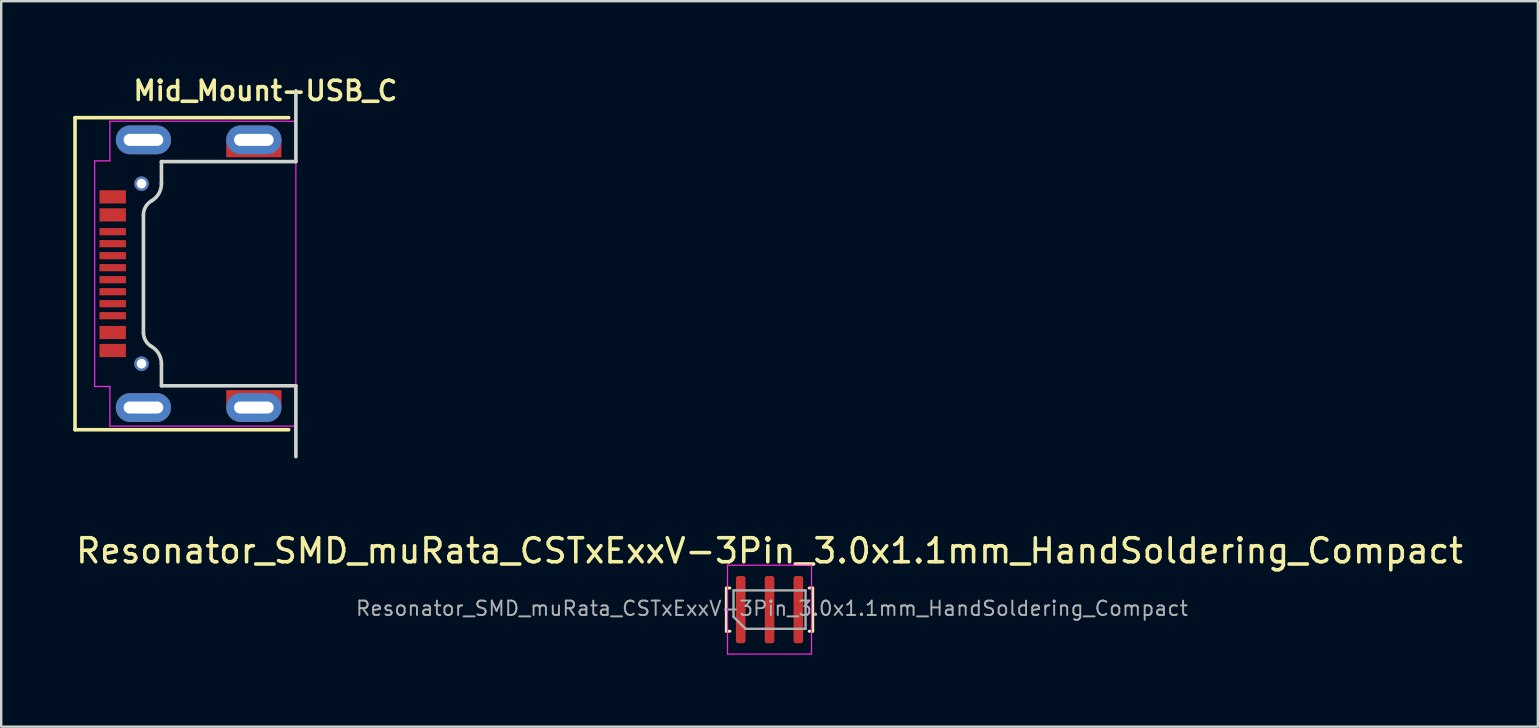
<source format=kicad_pcb>
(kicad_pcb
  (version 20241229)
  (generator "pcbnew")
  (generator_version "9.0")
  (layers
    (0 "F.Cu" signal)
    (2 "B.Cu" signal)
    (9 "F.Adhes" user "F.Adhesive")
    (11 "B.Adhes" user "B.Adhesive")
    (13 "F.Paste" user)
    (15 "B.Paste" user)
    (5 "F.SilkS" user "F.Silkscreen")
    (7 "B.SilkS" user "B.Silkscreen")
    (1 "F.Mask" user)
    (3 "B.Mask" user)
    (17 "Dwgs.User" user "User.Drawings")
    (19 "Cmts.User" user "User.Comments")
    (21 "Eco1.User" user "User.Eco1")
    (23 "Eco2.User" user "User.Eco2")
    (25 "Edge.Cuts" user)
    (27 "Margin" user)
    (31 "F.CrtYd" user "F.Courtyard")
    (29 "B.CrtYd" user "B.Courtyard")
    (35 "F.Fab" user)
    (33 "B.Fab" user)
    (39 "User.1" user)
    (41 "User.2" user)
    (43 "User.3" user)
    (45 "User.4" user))
  (footprint "Mid_Mount-USB_C"
    (layer "F.Cu")
    (at 9.275 8.351)
    (property "Reference" "Mid_Mount-USB_C" (at -1.27 -7.62 0) (layer "F.SilkS") (effects (font (size 0.8 0.8) (thickness 0.15))))
    (attr through_hole)
    (fp_line (start -9.2 -6.5) (end -9.2 6.5) (stroke (width 0.15) (type solid)) (layer "F.SilkS"))
    (fp_line (start -9.2 6.5) (end -0.3 6.5) (stroke (width 0.15) (type solid)) (layer "F.SilkS"))
    (fp_line (start -0.3 -6.5) (end -9.2 -6.5) (stroke (width 0.15) (type solid)) (layer "F.SilkS"))
    (fp_line (start -6.35 2.451) (end -6.35 -2.451) (stroke (width 0.15) (type solid)) (layer "Edge.Cuts"))
    (fp_line (start -5.6 -4.67) (end -5.6 -3.75) (stroke (width 0.15) (type solid)) (layer "Edge.Cuts"))
    (fp_line (start -5.6 -4.67) (end 0 -4.67) (stroke (width 0.15) (type solid)) (layer "Edge.Cuts"))
    (fp_line (start -5.6 4.67) (end -5.6 3.75) (stroke (width 0.15) (type solid)) (layer "Edge.Cuts"))
    (fp_line (start 0 -4.67) (end 0 -7.62) (stroke (width 0.15) (type solid)) (layer "Edge.Cuts"))
    (fp_line (start 0 4.67) (end -5.6 4.67) (stroke (width 0.15) (type solid)) (layer "Edge.Cuts"))
    (fp_line (start 0 7.62) (end 0 4.67) (stroke (width 0.15) (type solid)) (layer "Edge.Cuts"))
    (fp_arc (start -6.35 -2.450962) (mid -6.260237 -2.785962) (end -6.015 -3.031199) (stroke (width 0.15) (type solid)) (layer "Edge.Cuts"))
    (fp_arc (start -6.015 3.031199) (mid -6.260237 2.785962) (end -6.35 2.450962) (stroke (width 0.15) (type solid)) (layer "Edge.Cuts"))
    (fp_arc (start -6.015 3.031199) (mid -5.711199 3.335) (end -5.6 3.75) (stroke (width 0.15) (type solid)) (layer "Edge.Cuts"))
    (fp_arc (start -5.6 -3.75) (mid -5.711199 -3.335) (end -6.015 -3.031199) (stroke (width 0.15) (type solid)) (layer "Edge.Cuts"))
    (fp_line (start -8.382 -4.699) (end -8.382 4.699) (stroke (width 0.05) (type solid)) (layer "F.CrtYd"))
    (fp_line (start -8.382 4.699) (end -7.747 4.699) (stroke (width 0.05) (type solid)) (layer "F.CrtYd"))
    (fp_line (start -7.747 -6.35) (end -7.747 -4.699) (stroke (width 0.05) (type solid)) (layer "F.CrtYd"))
    (fp_line (start -7.747 -4.699) (end -8.382 -4.699) (stroke (width 0.05) (type solid)) (layer "F.CrtYd"))
    (fp_line (start -7.747 6.35) (end -7.747 4.699) (stroke (width 0.05) (type solid)) (layer "F.CrtYd"))
    (fp_line (start 0 -6.35) (end -7.747 -6.35) (stroke (width 0.05) (type solid)) (layer "F.CrtYd"))
    (fp_line (start 0 6.35) (end -7.747 6.35) (stroke (width 0.05) (type solid)) (layer "F.CrtYd"))
    (fp_line (start 0 6.35) (end 0 -6.35) (stroke (width 0.05) (type solid)) (layer "F.CrtYd"))
    (pad "" np_thru_hole circle (at -6.43 -3.75 90) (size 0.6 0.6) (drill 0.4) (layers "*.Cu" "*.Mask"))
    (pad "" np_thru_hole circle (at -6.43 3.75 90) (size 0.6 0.6) (drill 0.4) (layers "*.Cu" "*.Mask"))
    (pad "A1B12" smd rect (at -7.63 3.2 90) (size 0.55 1.1) (layers "F.Cu" "F.Mask" "F.Paste"))
    (pad "A4B9" smd rect (at -7.63 2.45 90) (size 0.55 1.1) (layers "F.Cu" "F.Mask" "F.Paste"))
    (pad "A5" smd rect (at -7.63 1.25 90) (size 0.3 1.1) (layers "F.Cu" "F.Mask" "F.Paste"))
    (pad "A6" smd rect (at -7.63 0.25 90) (size 0.3 1.1) (layers "F.Cu" "F.Mask" "F.Paste"))
    (pad "A7" smd rect (at -7.63 -0.25 90) (size 0.3 1.1) (layers "F.Cu" "F.Mask" "F.Paste"))
    (pad "A8" smd rect (at -7.63 -1.25 90) (size 0.3 1.1) (layers "F.Cu" "F.Mask" "F.Paste"))
    (pad "B1A12" smd rect (at -7.63 -3.2 90) (size 0.55 1.1) (layers "F.Cu" "F.Mask" "F.Paste"))
    (pad "B4A9" smd rect (at -7.63 -2.45 90) (size 0.55 1.1) (layers "F.Cu" "F.Mask" "F.Paste"))
    (pad "B5" smd rect (at -7.63 -1.75 90) (size 0.3 1.1) (layers "F.Cu" "F.Mask" "F.Paste"))
    (pad "B6" smd rect (at -7.63 -0.75 90) (size 0.3 1.1) (layers "F.Cu" "F.Mask" "F.Paste"))
    (pad "B7" smd rect (at -7.63 0.75 90) (size 0.3 1.1) (layers "F.Cu" "F.Mask" "F.Paste"))
    (pad "B8" smd rect (at -7.63 1.75 90) (size 0.3 1.1) (layers "F.Cu" "F.Mask" "F.Paste"))
    (pad "S1" thru_hole oval (at -6.35 -5.575 90) (size 1.2 2.3) (drill oval 0.5 1.65) (layers "*.Cu" "*.Mask"))
    (pad "S1" thru_hole oval (at -6.35 5.575 90) (size 1.2 2.3) (drill oval 0.5 1.65) (layers "*.Cu" "*.Mask"))
    (pad "S1" thru_hole oval (at -1.75 -5.575 90) (size 1.2 2.3) (drill oval 0.5 1.65) (layers "*.Cu" "*.Mask"))
    (pad "S1" smd rect (at -1.75 -5.2 90) (size 0.7 2.3) (layers "F.Cu" "F.Mask"))
    (pad "S1" smd rect (at -1.75 5.2 90) (size 0.7 2.3) (layers "F.Cu" "F.Mask"))
    (pad "S1" thru_hole oval (at -1.75 5.575 90) (size 1.2 2.3) (drill oval 0.5 1.65) (layers "*.Cu" "*.Mask")))
  (footprint "Resonator_SMD_muRata_CSTxExxV-3Pin_3.0x1.1mm_HandSoldering_Compact"
    (layer "F.Cu")
    (at 29.006 22.345)
    (property "Reference" "Resonator_SMD_muRata_CSTxExxV-3Pin_3.0x1.1mm_HandSoldering_Compact" (at 0 -2.45 0) (layer "F.SilkS") (effects (font (size 1 1) (thickness 0.15))))
    (attr smd)
    (fp_line (start -1.8 -0.9) (end -1.65 -0.9) (stroke (width 0.12) (type solid)) (layer "F.SilkS"))
    (fp_line (start -1.8 0.9) (end -1.8 -0.9) (stroke (width 0.12) (type solid)) (layer "F.SilkS"))
    (fp_line (start -1.8 0.9) (end -1.65 0.9) (stroke (width 0.12) (type solid)) (layer "F.SilkS"))
    (fp_line (start 1.8 -0.9) (end 1.65 -0.9) (stroke (width 0.12) (type solid)) (layer "F.SilkS"))
    (fp_line (start 1.8 -0.9) (end 1.8 0.9) (stroke (width 0.12) (type solid)) (layer "F.SilkS"))
    (fp_line (start 1.8 0.9) (end 1.65 0.9) (stroke (width 0.12) (type solid)) (layer "F.SilkS"))
    (fp_line (start -1.75 -1.85) (end 1.75 -1.85) (stroke (width 0.05) (type solid)) (layer "F.CrtYd"))
    (fp_line (start -1.75 1.85) (end -1.75 -1.85) (stroke (width 0.05) (type solid)) (layer "F.CrtYd"))
    (fp_line (start 1.75 -1.85) (end 1.75 1.85) (stroke (width 0.05) (type solid)) (layer "F.CrtYd"))
    (fp_line (start 1.75 1.85) (end -1.75 1.85) (stroke (width 0.05) (type solid)) (layer "F.CrtYd"))
    (fp_line (start -1.5 0.3) (end -1.5 -0.8) (stroke (width 0.1) (type solid)) (layer "F.Fab"))
    (fp_line (start -1 0.8) (end -1.5 0.3) (stroke (width 0.1) (type solid)) (layer "F.Fab"))
    (fp_line (start -1 0.8) (end 1.5 0.8) (stroke (width 0.1) (type solid)) (layer "F.Fab"))
    (fp_line (start 1.5 -0.8) (end -1.5 -0.8) (stroke (width 0.1) (type solid)) (layer "F.Fab"))
    (fp_line (start 1.5 0.8) (end 1.5 -0.8) (stroke (width 0.1) (type solid)) (layer "F.Fab"))
    (fp_text user "${REFERENCE}" (at 0.1 -0.05 0) (layer "F.Fab") (effects (font (size 0.6 0.6) (thickness 0.08))))
    (pad "1" smd roundrect (at -1.2 0) (size 0.4 2.8) (layers "F.Cu" "F.Mask" "F.Paste") (roundrect_rratio 0.25))
    (pad "2" smd roundrect (at 0 0) (size 0.4 2.8) (layers "F.Cu" "F.Mask" "F.Paste") (roundrect_rratio 0.25))
    (pad "3" smd roundrect (at 1.2 0) (size 0.4 2.8) (layers "F.Cu" "F.Mask" "F.Paste") (roundrect_rratio 0.25)))
  (gr_rect
    (start -3 -3)
    (end 61.012 27.22)
    (stroke (width 0.1) (type default))
    (fill no)
    (layer "Edge.Cuts")))
</source>
